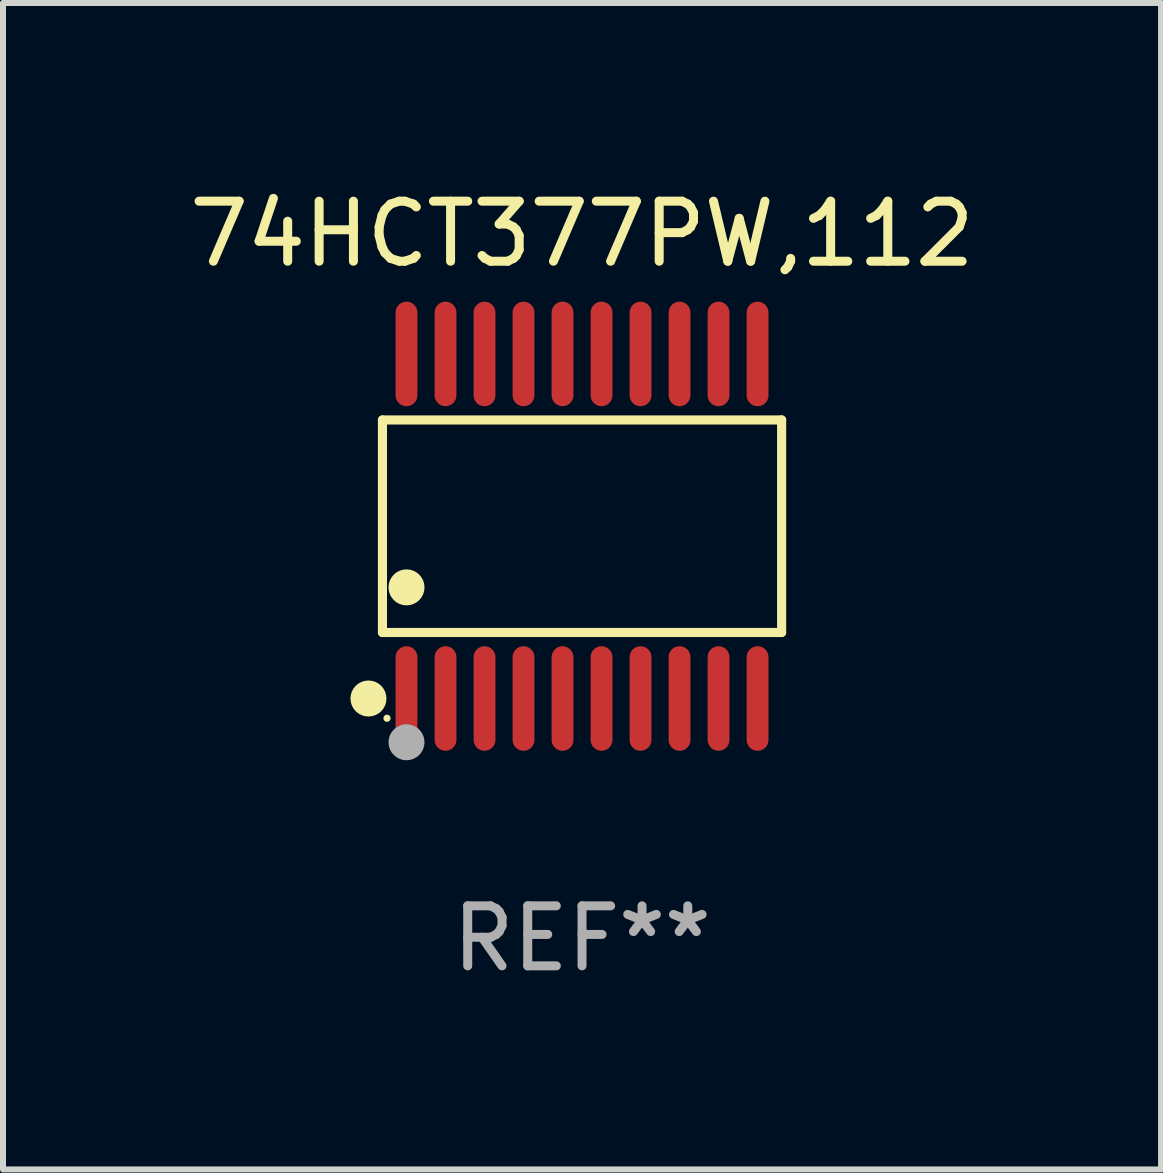
<source format=kicad_pcb>
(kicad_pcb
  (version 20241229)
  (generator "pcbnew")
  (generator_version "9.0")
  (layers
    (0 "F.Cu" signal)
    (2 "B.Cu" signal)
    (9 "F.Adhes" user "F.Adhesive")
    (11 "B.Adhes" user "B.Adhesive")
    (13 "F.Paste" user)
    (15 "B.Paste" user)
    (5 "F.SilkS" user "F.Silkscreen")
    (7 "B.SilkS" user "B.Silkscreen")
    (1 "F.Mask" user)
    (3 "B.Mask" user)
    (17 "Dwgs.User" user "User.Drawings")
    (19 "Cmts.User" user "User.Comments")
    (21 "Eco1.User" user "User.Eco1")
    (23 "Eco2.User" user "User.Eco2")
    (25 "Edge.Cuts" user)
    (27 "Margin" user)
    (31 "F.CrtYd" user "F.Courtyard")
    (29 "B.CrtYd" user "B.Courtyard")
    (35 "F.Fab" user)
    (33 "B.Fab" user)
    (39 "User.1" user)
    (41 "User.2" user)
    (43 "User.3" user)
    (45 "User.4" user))
  (footprint "74HCT377PW,112"
    (layer "F.Cu")
    (at 6.649 5.719)
    (property "Reference" "74HCT377PW,112" (at 0 -4.871 0) (layer "F.SilkS") (effects (font (size 1 1) (thickness 0.15))))
    (attr through_hole)
    (fp_line (start -3.326 -1.771) (end 3.326 -1.771) (stroke (width 0.152) (type solid)) (layer "F.SilkS"))
    (fp_line (start -3.326 1.771) (end -3.326 -1.771) (stroke (width 0.152) (type solid)) (layer "F.SilkS"))
    (fp_line (start 3.326 -1.771) (end 3.326 1.771) (stroke (width 0.152) (type solid)) (layer "F.SilkS"))
    (fp_line (start 3.326 1.771) (end -3.326 1.771) (stroke (width 0.152) (type solid)) (layer "F.SilkS"))
    (fp_circle (center -3.559 2.871) (end -3.409 2.871) (stroke (width 0.3) (type solid)) (fill no) (layer "F.SilkS"))
    (fp_circle (center -3.25 3.2) (end -3.22 3.2) (stroke (width 0.06) (type solid)) (fill no) (layer "F.SilkS"))
    (fp_circle (center -2.925 1.019) (end -2.775 1.019) (stroke (width 0.3) (type solid)) (fill no) (layer "F.SilkS"))
    (fp_circle (center -2.925 3.6) (end -2.775 3.6) (stroke (width 0.3) (type solid)) (fill no) (layer "F.Fab"))
    (fp_text user "REF**" (at 0 6.871 0) (layer "F.Fab") (effects (font (size 1 1) (thickness 0.15))))
    (pad "1" smd oval (at -2.925 2.871) (size 0.364 1.742) (layers "F.Cu" "F.Mask" "F.Paste"))
    (pad "2" smd oval (at -2.275 2.871) (size 0.364 1.742) (layers "F.Cu" "F.Mask" "F.Paste"))
    (pad "3" smd oval (at -1.625 2.871) (size 0.364 1.742) (layers "F.Cu" "F.Mask" "F.Paste"))
    (pad "4" smd oval (at -0.975 2.871) (size 0.364 1.742) (layers "F.Cu" "F.Mask" "F.Paste"))
    (pad "5" smd oval (at -0.325 2.871) (size 0.364 1.742) (layers "F.Cu" "F.Mask" "F.Paste"))
    (pad "6" smd oval (at 0.325 2.871) (size 0.364 1.742) (layers "F.Cu" "F.Mask" "F.Paste"))
    (pad "7" smd oval (at 0.975 2.871) (size 0.364 1.742) (layers "F.Cu" "F.Mask" "F.Paste"))
    (pad "8" smd oval (at 1.625 2.871) (size 0.364 1.742) (layers "F.Cu" "F.Mask" "F.Paste"))
    (pad "9" smd oval (at 2.275 2.871) (size 0.364 1.742) (layers "F.Cu" "F.Mask" "F.Paste"))
    (pad "10" smd oval (at 2.925 2.871) (size 0.364 1.742) (layers "F.Cu" "F.Mask" "F.Paste"))
    (pad "11" smd oval (at 2.925 -2.871) (size 0.364 1.742) (layers "F.Cu" "F.Mask" "F.Paste"))
    (pad "12" smd oval (at 2.275 -2.871) (size 0.364 1.742) (layers "F.Cu" "F.Mask" "F.Paste"))
    (pad "13" smd oval (at 1.625 -2.871) (size 0.364 1.742) (layers "F.Cu" "F.Mask" "F.Paste"))
    (pad "14" smd oval (at 0.975 -2.871) (size 0.364 1.742) (layers "F.Cu" "F.Mask" "F.Paste"))
    (pad "15" smd oval (at 0.325 -2.871) (size 0.364 1.742) (layers "F.Cu" "F.Mask" "F.Paste"))
    (pad "16" smd oval (at -0.325 -2.871) (size 0.364 1.742) (layers "F.Cu" "F.Mask" "F.Paste"))
    (pad "17" smd oval (at -0.975 -2.871) (size 0.364 1.742) (layers "F.Cu" "F.Mask" "F.Paste"))
    (pad "18" smd oval (at -1.625 -2.871) (size 0.364 1.742) (layers "F.Cu" "F.Mask" "F.Paste"))
    (pad "19" smd oval (at -2.275 -2.871) (size 0.364 1.742) (layers "F.Cu" "F.Mask" "F.Paste"))
    (pad "20" smd oval (at -2.925 -2.871) (size 0.364 1.742) (layers "F.Cu" "F.Mask" "F.Paste")))
  (gr_rect
    (start -3 -3)
    (end 16.298 16.438)
    (stroke (width 0.1) (type default))
    (fill no)
    (layer "Edge.Cuts")))
</source>
